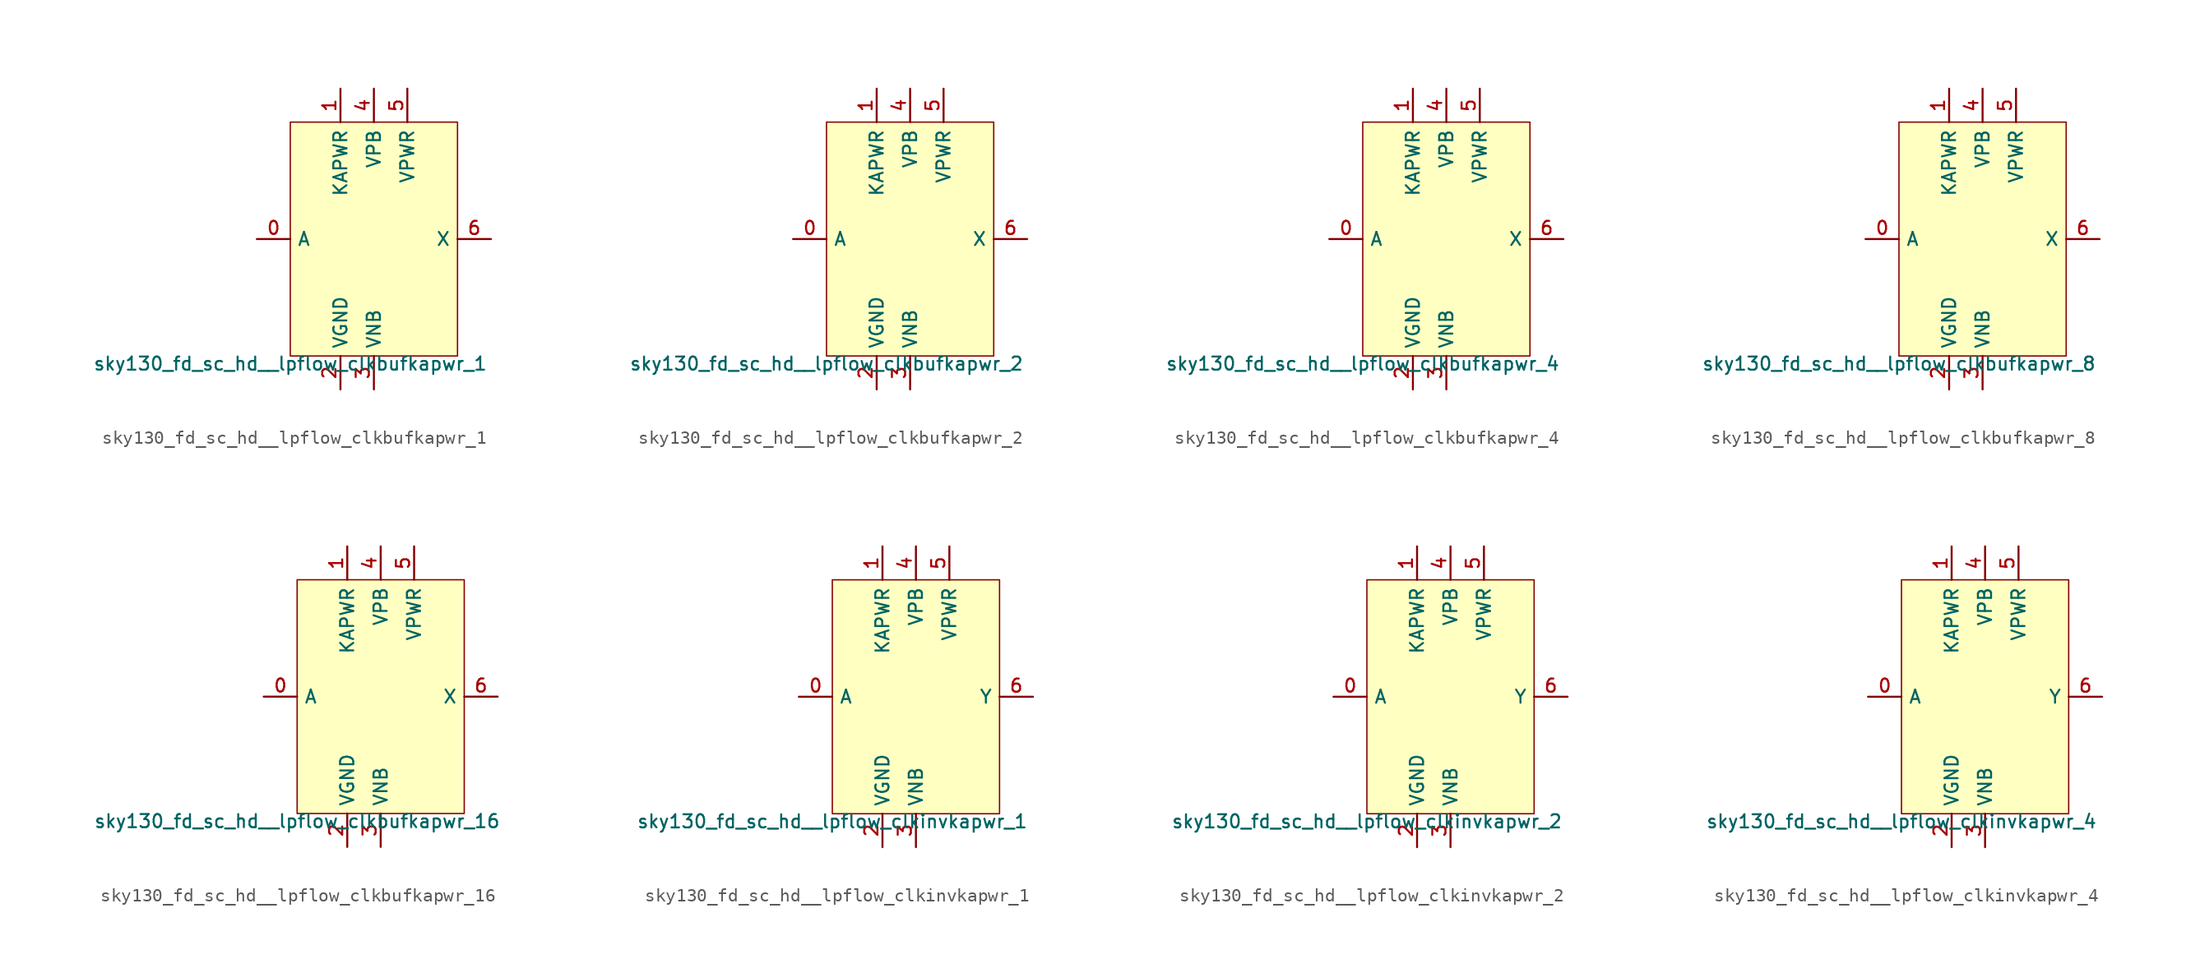
<source format=kicad_sym>
(kicad_symbol_lib
  (version 20211014)
  (generator lef2kicad_sym)
  (symbol "sky130_fd_sc_hd__lpflow_clkbufkapwr_1"
    (property "Reference" "X"
      (at 0 0 0)
      (effects (font (size 1 1)) hide))
    (property "Value" "sky130_fd_sc_hd__lpflow_clkbufkapwr_1"
      (at -6.35 -8.89 0)
      (effects (font (size 1 1)) (justify top)))
    (rectangle
      (start -6.35 -8.89)
      (end 6.35 8.89)
      (stroke (width 0.1) (type solid) (color 0 0 0 0))
      (fill (type background)))
    (pin input line
      (at -8.89 8.881784197001252e-16 0)
      (length 2.54)
      (name "A" (effects (font (size 1 1)) hide))
      (number "0" (effects (font (size 1 1)) hide)))
    (pin power_in line
      (at -2.54 11.43 270)
      (length 2.54)
      (name "KAPWR" (effects (font (size 1 1)) hide))
      (number "1" (effects (font (size 1 1)) hide)))
    (pin power_in line
      (at -2.54 -11.43 90)
      (length 2.54)
      (name "VGND" (effects (font (size 1 1)) hide))
      (number "2" (effects (font (size 1 1)) hide)))
    (pin power_in line
      (at 4.440892098500626e-16 -11.43 90)
      (length 2.54)
      (name "VNB" (effects (font (size 1 1)) hide))
      (number "3" (effects (font (size 1 1)) hide)))
    (pin power_in line
      (at 4.440892098500626e-16 11.43 270)
      (length 2.54)
      (name "VPB" (effects (font (size 1 1)) hide))
      (number "4" (effects (font (size 1 1)) hide)))
    (pin power_in line
      (at 2.54 11.43 270)
      (length 2.54)
      (name "VPWR" (effects (font (size 1 1)) hide))
      (number "5" (effects (font (size 1 1)) hide)))
    (pin output line
      (at 8.89 8.881784197001252e-16 180)
      (length 2.54)
      (name "X" (effects (font (size 1 1)) hide))
      (number "6" (effects (font (size 1 1)) hide))))
  (symbol "sky130_fd_sc_hd__lpflow_clkbufkapwr_2"
    (property "Reference" "X"
      (at 0 0 0)
      (effects (font (size 1 1)) hide))
    (property "Value" "sky130_fd_sc_hd__lpflow_clkbufkapwr_2"
      (at -6.35 -8.89 0)
      (effects (font (size 1 1)) (justify top)))
    (rectangle
      (start -6.35 -8.89)
      (end 6.35 8.89)
      (stroke (width 0.1) (type solid) (color 0 0 0 0))
      (fill (type background)))
    (pin input line
      (at -8.89 8.881784197001252e-16 0)
      (length 2.54)
      (name "A" (effects (font (size 1 1)) hide))
      (number "0" (effects (font (size 1 1)) hide)))
    (pin power_in line
      (at -2.54 11.43 270)
      (length 2.54)
      (name "KAPWR" (effects (font (size 1 1)) hide))
      (number "1" (effects (font (size 1 1)) hide)))
    (pin power_in line
      (at -2.54 -11.43 90)
      (length 2.54)
      (name "VGND" (effects (font (size 1 1)) hide))
      (number "2" (effects (font (size 1 1)) hide)))
    (pin power_in line
      (at 4.440892098500626e-16 -11.43 90)
      (length 2.54)
      (name "VNB" (effects (font (size 1 1)) hide))
      (number "3" (effects (font (size 1 1)) hide)))
    (pin power_in line
      (at 4.440892098500626e-16 11.43 270)
      (length 2.54)
      (name "VPB" (effects (font (size 1 1)) hide))
      (number "4" (effects (font (size 1 1)) hide)))
    (pin power_in line
      (at 2.54 11.43 270)
      (length 2.54)
      (name "VPWR" (effects (font (size 1 1)) hide))
      (number "5" (effects (font (size 1 1)) hide)))
    (pin output line
      (at 8.89 8.881784197001252e-16 180)
      (length 2.54)
      (name "X" (effects (font (size 1 1)) hide))
      (number "6" (effects (font (size 1 1)) hide))))
  (symbol "sky130_fd_sc_hd__lpflow_clkbufkapwr_4"
    (property "Reference" "X"
      (at 0 0 0)
      (effects (font (size 1 1)) hide))
    (property "Value" "sky130_fd_sc_hd__lpflow_clkbufkapwr_4"
      (at -6.35 -8.89 0)
      (effects (font (size 1 1)) (justify top)))
    (rectangle
      (start -6.35 -8.89)
      (end 6.35 8.89)
      (stroke (width 0.1) (type solid) (color 0 0 0 0))
      (fill (type background)))
    (pin input line
      (at -8.89 8.881784197001252e-16 0)
      (length 2.54)
      (name "A" (effects (font (size 1 1)) hide))
      (number "0" (effects (font (size 1 1)) hide)))
    (pin power_in line
      (at -2.54 11.43 270)
      (length 2.54)
      (name "KAPWR" (effects (font (size 1 1)) hide))
      (number "1" (effects (font (size 1 1)) hide)))
    (pin power_in line
      (at -2.54 -11.43 90)
      (length 2.54)
      (name "VGND" (effects (font (size 1 1)) hide))
      (number "2" (effects (font (size 1 1)) hide)))
    (pin power_in line
      (at 4.440892098500626e-16 -11.43 90)
      (length 2.54)
      (name "VNB" (effects (font (size 1 1)) hide))
      (number "3" (effects (font (size 1 1)) hide)))
    (pin power_in line
      (at 4.440892098500626e-16 11.43 270)
      (length 2.54)
      (name "VPB" (effects (font (size 1 1)) hide))
      (number "4" (effects (font (size 1 1)) hide)))
    (pin power_in line
      (at 2.54 11.43 270)
      (length 2.54)
      (name "VPWR" (effects (font (size 1 1)) hide))
      (number "5" (effects (font (size 1 1)) hide)))
    (pin output line
      (at 8.89 8.881784197001252e-16 180)
      (length 2.54)
      (name "X" (effects (font (size 1 1)) hide))
      (number "6" (effects (font (size 1 1)) hide))))
  (symbol "sky130_fd_sc_hd__lpflow_clkbufkapwr_8"
    (property "Reference" "X"
      (at 0 0 0)
      (effects (font (size 1 1)) hide))
    (property "Value" "sky130_fd_sc_hd__lpflow_clkbufkapwr_8"
      (at -6.35 -8.89 0)
      (effects (font (size 1 1)) (justify top)))
    (rectangle
      (start -6.35 -8.89)
      (end 6.35 8.89)
      (stroke (width 0.1) (type solid) (color 0 0 0 0))
      (fill (type background)))
    (pin input line
      (at -8.89 8.881784197001252e-16 0)
      (length 2.54)
      (name "A" (effects (font (size 1 1)) hide))
      (number "0" (effects (font (size 1 1)) hide)))
    (pin power_in line
      (at -2.54 11.43 270)
      (length 2.54)
      (name "KAPWR" (effects (font (size 1 1)) hide))
      (number "1" (effects (font (size 1 1)) hide)))
    (pin power_in line
      (at -2.54 -11.43 90)
      (length 2.54)
      (name "VGND" (effects (font (size 1 1)) hide))
      (number "2" (effects (font (size 1 1)) hide)))
    (pin power_in line
      (at 4.440892098500626e-16 -11.43 90)
      (length 2.54)
      (name "VNB" (effects (font (size 1 1)) hide))
      (number "3" (effects (font (size 1 1)) hide)))
    (pin power_in line
      (at 4.440892098500626e-16 11.43 270)
      (length 2.54)
      (name "VPB" (effects (font (size 1 1)) hide))
      (number "4" (effects (font (size 1 1)) hide)))
    (pin power_in line
      (at 2.54 11.43 270)
      (length 2.54)
      (name "VPWR" (effects (font (size 1 1)) hide))
      (number "5" (effects (font (size 1 1)) hide)))
    (pin output line
      (at 8.89 8.881784197001252e-16 180)
      (length 2.54)
      (name "X" (effects (font (size 1 1)) hide))
      (number "6" (effects (font (size 1 1)) hide))))
  (symbol "sky130_fd_sc_hd__lpflow_clkbufkapwr_16"
    (property "Reference" "X"
      (at 0 0 0)
      (effects (font (size 1 1)) hide))
    (property "Value" "sky130_fd_sc_hd__lpflow_clkbufkapwr_16"
      (at -6.35 -8.89 0)
      (effects (font (size 1 1)) (justify top)))
    (rectangle
      (start -6.35 -8.89)
      (end 6.35 8.89)
      (stroke (width 0.1) (type solid) (color 0 0 0 0))
      (fill (type background)))
    (pin input line
      (at -8.89 8.881784197001252e-16 0)
      (length 2.54)
      (name "A" (effects (font (size 1 1)) hide))
      (number "0" (effects (font (size 1 1)) hide)))
    (pin power_in line
      (at -2.54 11.43 270)
      (length 2.54)
      (name "KAPWR" (effects (font (size 1 1)) hide))
      (number "1" (effects (font (size 1 1)) hide)))
    (pin power_in line
      (at -2.54 -11.43 90)
      (length 2.54)
      (name "VGND" (effects (font (size 1 1)) hide))
      (number "2" (effects (font (size 1 1)) hide)))
    (pin power_in line
      (at 4.440892098500626e-16 -11.43 90)
      (length 2.54)
      (name "VNB" (effects (font (size 1 1)) hide))
      (number "3" (effects (font (size 1 1)) hide)))
    (pin power_in line
      (at 4.440892098500626e-16 11.43 270)
      (length 2.54)
      (name "VPB" (effects (font (size 1 1)) hide))
      (number "4" (effects (font (size 1 1)) hide)))
    (pin power_in line
      (at 2.54 11.43 270)
      (length 2.54)
      (name "VPWR" (effects (font (size 1 1)) hide))
      (number "5" (effects (font (size 1 1)) hide)))
    (pin output line
      (at 8.89 8.881784197001252e-16 180)
      (length 2.54)
      (name "X" (effects (font (size 1 1)) hide))
      (number "6" (effects (font (size 1 1)) hide))))
  (symbol "sky130_fd_sc_hd__lpflow_clkinvkapwr_1"
    (property "Reference" "X"
      (at 0 0 0)
      (effects (font (size 1 1)) hide))
    (property "Value" "sky130_fd_sc_hd__lpflow_clkinvkapwr_1"
      (at -6.35 -8.89 0)
      (effects (font (size 1 1)) (justify top)))
    (rectangle
      (start -6.35 -8.89)
      (end 6.35 8.89)
      (stroke (width 0.1) (type solid) (color 0 0 0 0))
      (fill (type background)))
    (pin input line
      (at -8.89 8.881784197001252e-16 0)
      (length 2.54)
      (name "A" (effects (font (size 1 1)) hide))
      (number "0" (effects (font (size 1 1)) hide)))
    (pin power_in line
      (at -2.54 11.43 270)
      (length 2.54)
      (name "KAPWR" (effects (font (size 1 1)) hide))
      (number "1" (effects (font (size 1 1)) hide)))
    (pin power_in line
      (at -2.54 -11.43 90)
      (length 2.54)
      (name "VGND" (effects (font (size 1 1)) hide))
      (number "2" (effects (font (size 1 1)) hide)))
    (pin power_in line
      (at 4.440892098500626e-16 -11.43 90)
      (length 2.54)
      (name "VNB" (effects (font (size 1 1)) hide))
      (number "3" (effects (font (size 1 1)) hide)))
    (pin power_in line
      (at 4.440892098500626e-16 11.43 270)
      (length 2.54)
      (name "VPB" (effects (font (size 1 1)) hide))
      (number "4" (effects (font (size 1 1)) hide)))
    (pin power_in line
      (at 2.54 11.43 270)
      (length 2.54)
      (name "VPWR" (effects (font (size 1 1)) hide))
      (number "5" (effects (font (size 1 1)) hide)))
    (pin output line
      (at 8.89 8.881784197001252e-16 180)
      (length 2.54)
      (name "Y" (effects (font (size 1 1)) hide))
      (number "6" (effects (font (size 1 1)) hide))))
  (symbol "sky130_fd_sc_hd__lpflow_clkinvkapwr_2"
    (property "Reference" "X"
      (at 0 0 0)
      (effects (font (size 1 1)) hide))
    (property "Value" "sky130_fd_sc_hd__lpflow_clkinvkapwr_2"
      (at -6.35 -8.89 0)
      (effects (font (size 1 1)) (justify top)))
    (rectangle
      (start -6.35 -8.89)
      (end 6.35 8.89)
      (stroke (width 0.1) (type solid) (color 0 0 0 0))
      (fill (type background)))
    (pin input line
      (at -8.89 8.881784197001252e-16 0)
      (length 2.54)
      (name "A" (effects (font (size 1 1)) hide))
      (number "0" (effects (font (size 1 1)) hide)))
    (pin power_in line
      (at -2.54 11.43 270)
      (length 2.54)
      (name "KAPWR" (effects (font (size 1 1)) hide))
      (number "1" (effects (font (size 1 1)) hide)))
    (pin power_in line
      (at -2.54 -11.43 90)
      (length 2.54)
      (name "VGND" (effects (font (size 1 1)) hide))
      (number "2" (effects (font (size 1 1)) hide)))
    (pin power_in line
      (at 4.440892098500626e-16 -11.43 90)
      (length 2.54)
      (name "VNB" (effects (font (size 1 1)) hide))
      (number "3" (effects (font (size 1 1)) hide)))
    (pin power_in line
      (at 4.440892098500626e-16 11.43 270)
      (length 2.54)
      (name "VPB" (effects (font (size 1 1)) hide))
      (number "4" (effects (font (size 1 1)) hide)))
    (pin power_in line
      (at 2.54 11.43 270)
      (length 2.54)
      (name "VPWR" (effects (font (size 1 1)) hide))
      (number "5" (effects (font (size 1 1)) hide)))
    (pin output line
      (at 8.89 8.881784197001252e-16 180)
      (length 2.54)
      (name "Y" (effects (font (size 1 1)) hide))
      (number "6" (effects (font (size 1 1)) hide))))
  (symbol "sky130_fd_sc_hd__lpflow_clkinvkapwr_4"
    (property "Reference" "X"
      (at 0 0 0)
      (effects (font (size 1 1)) hide))
    (property "Value" "sky130_fd_sc_hd__lpflow_clkinvkapwr_4"
      (at -6.35 -8.89 0)
      (effects (font (size 1 1)) (justify top)))
    (rectangle
      (start -6.35 -8.89)
      (end 6.35 8.89)
      (stroke (width 0.1) (type solid) (color 0 0 0 0))
      (fill (type background)))
    (pin input line
      (at -8.89 8.881784197001252e-16 0)
      (length 2.54)
      (name "A" (effects (font (size 1 1)) hide))
      (number "0" (effects (font (size 1 1)) hide)))
    (pin power_in line
      (at -2.54 11.43 270)
      (length 2.54)
      (name "KAPWR" (effects (font (size 1 1)) hide))
      (number "1" (effects (font (size 1 1)) hide)))
    (pin power_in line
      (at -2.54 -11.43 90)
      (length 2.54)
      (name "VGND" (effects (font (size 1 1)) hide))
      (number "2" (effects (font (size 1 1)) hide)))
    (pin power_in line
      (at 4.440892098500626e-16 -11.43 90)
      (length 2.54)
      (name "VNB" (effects (font (size 1 1)) hide))
      (number "3" (effects (font (size 1 1)) hide)))
    (pin power_in line
      (at 4.440892098500626e-16 11.43 270)
      (length 2.54)
      (name "VPB" (effects (font (size 1 1)) hide))
      (number "4" (effects (font (size 1 1)) hide)))
    (pin power_in line
      (at 2.54 11.43 270)
      (length 2.54)
      (name "VPWR" (effects (font (size 1 1)) hide))
      (number "5" (effects (font (size 1 1)) hide)))
    (pin output line
      (at 8.89 8.881784197001252e-16 180)
      (length 2.54)
      (name "Y" (effects (font (size 1 1)) hide))
      (number "6" (effects (font (size 1 1)) hide)))))
</source>
